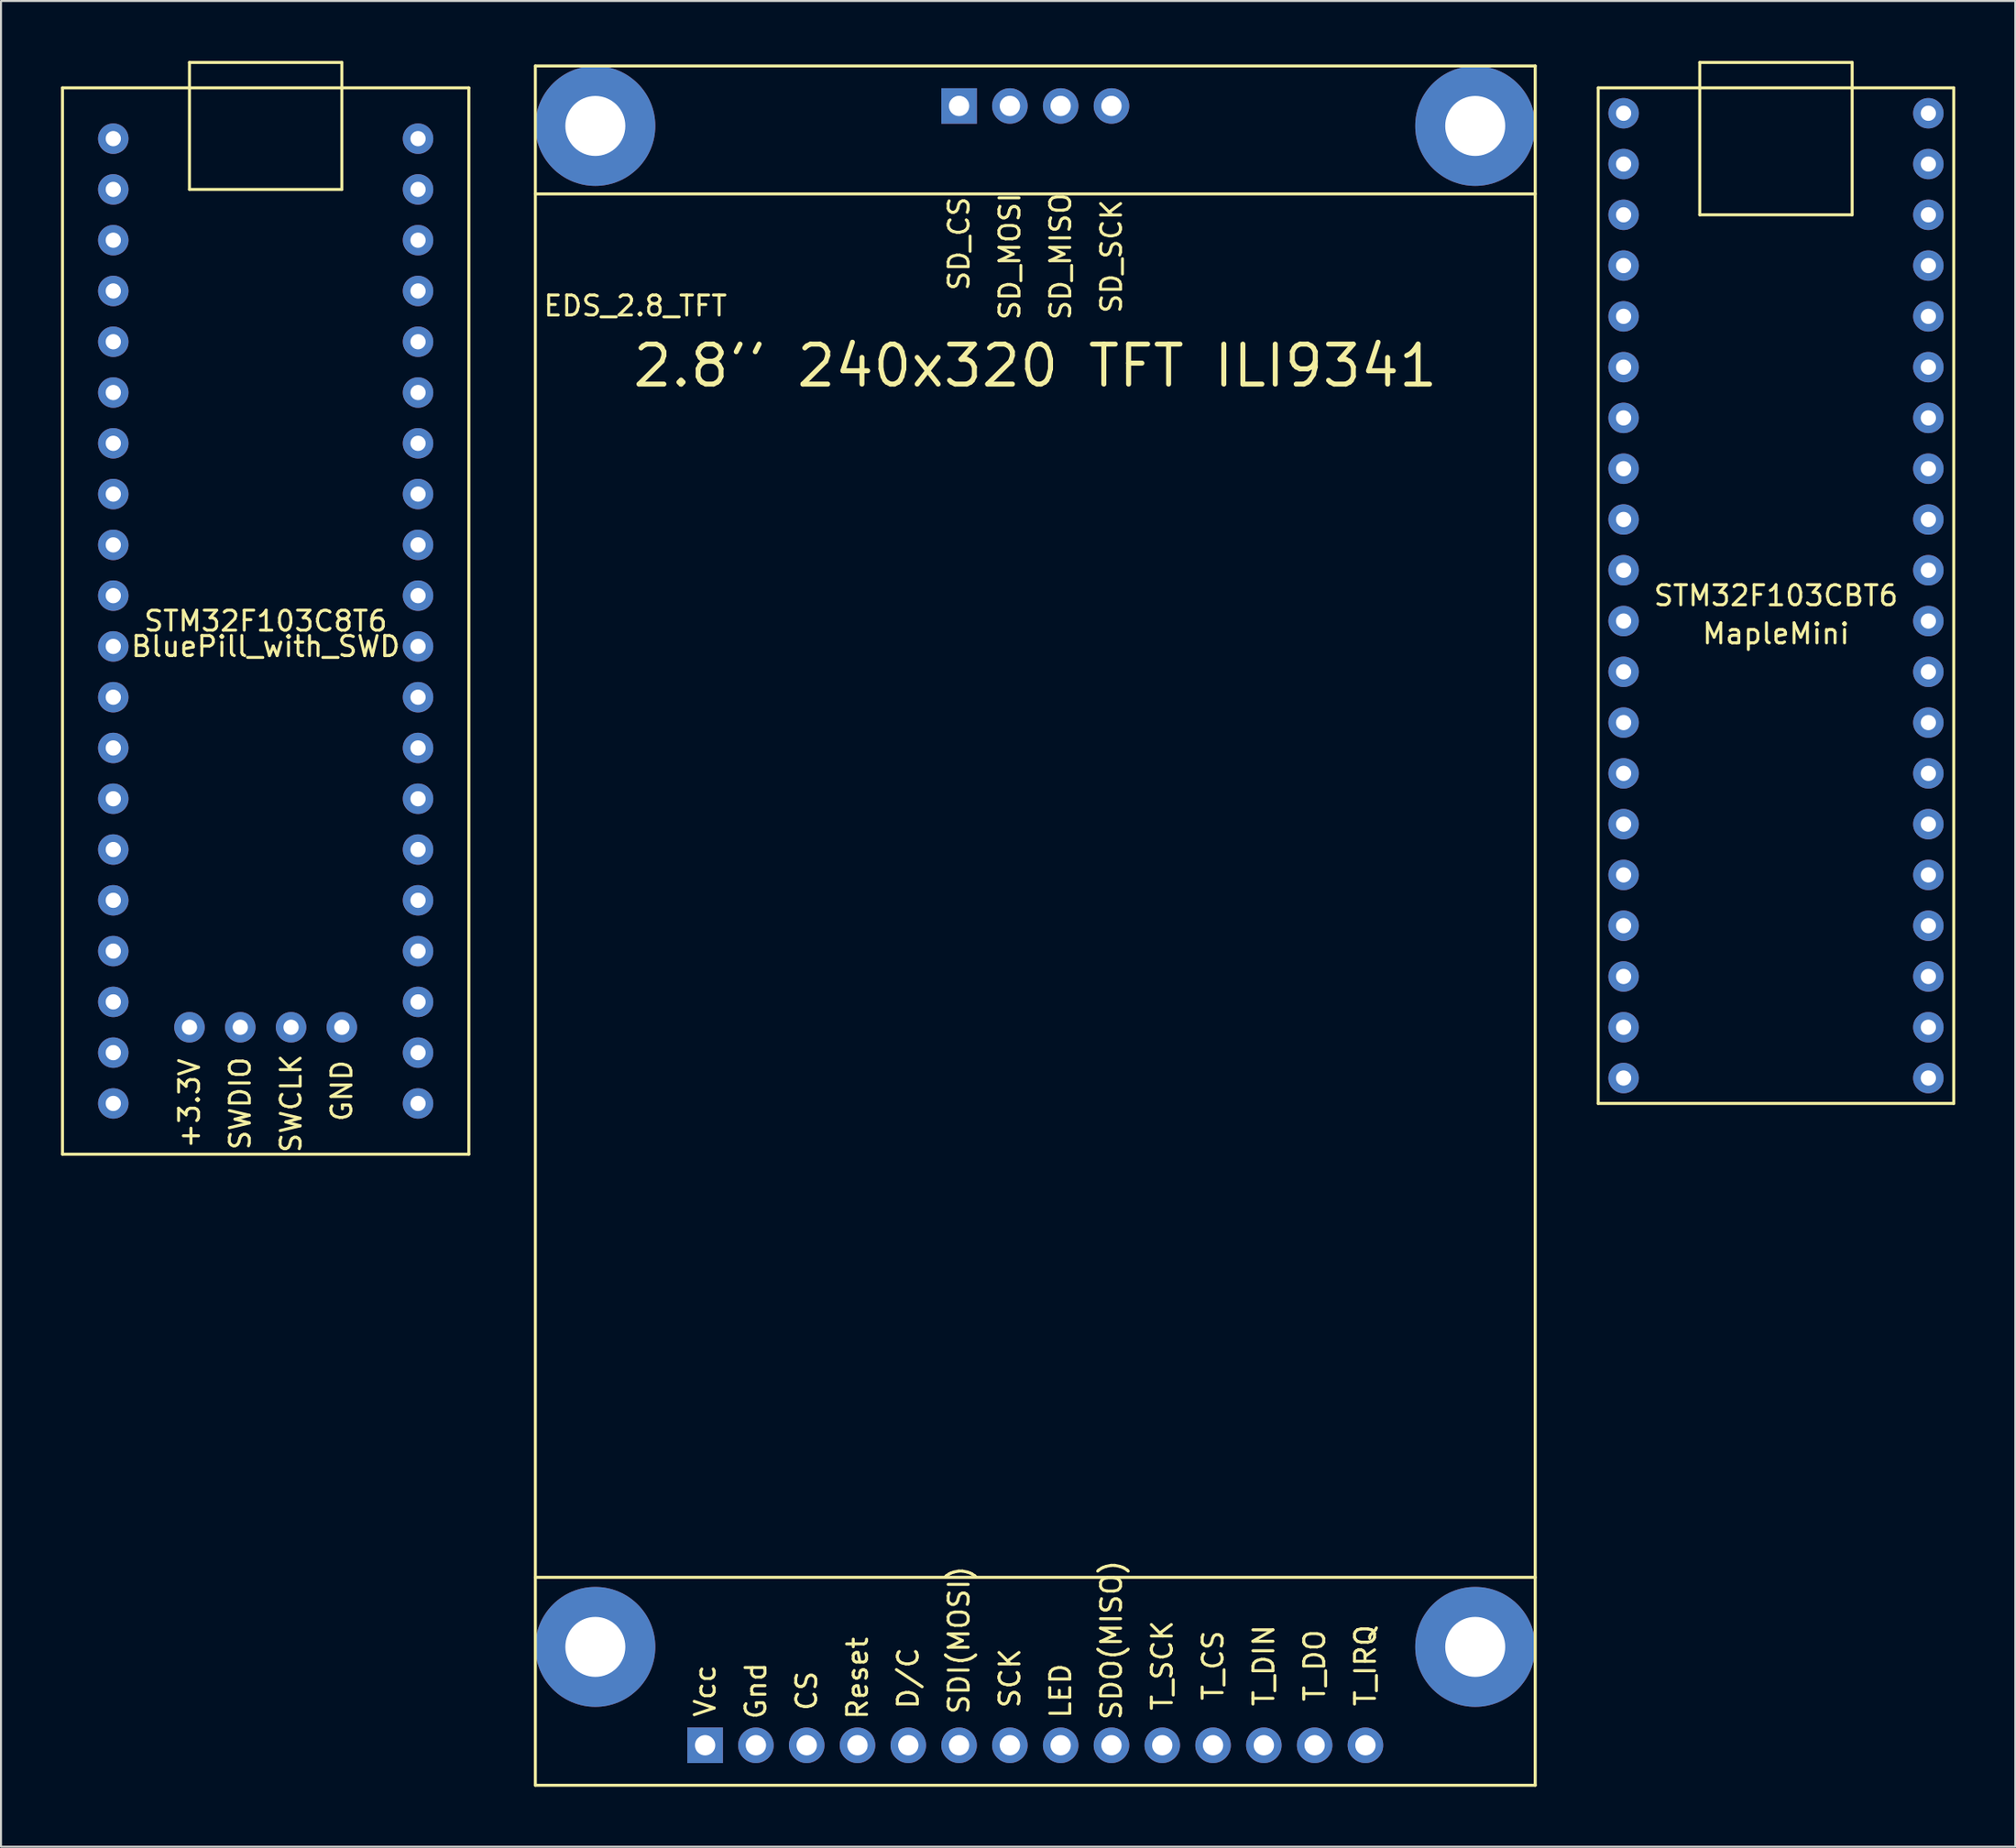
<source format=kicad_pcb>
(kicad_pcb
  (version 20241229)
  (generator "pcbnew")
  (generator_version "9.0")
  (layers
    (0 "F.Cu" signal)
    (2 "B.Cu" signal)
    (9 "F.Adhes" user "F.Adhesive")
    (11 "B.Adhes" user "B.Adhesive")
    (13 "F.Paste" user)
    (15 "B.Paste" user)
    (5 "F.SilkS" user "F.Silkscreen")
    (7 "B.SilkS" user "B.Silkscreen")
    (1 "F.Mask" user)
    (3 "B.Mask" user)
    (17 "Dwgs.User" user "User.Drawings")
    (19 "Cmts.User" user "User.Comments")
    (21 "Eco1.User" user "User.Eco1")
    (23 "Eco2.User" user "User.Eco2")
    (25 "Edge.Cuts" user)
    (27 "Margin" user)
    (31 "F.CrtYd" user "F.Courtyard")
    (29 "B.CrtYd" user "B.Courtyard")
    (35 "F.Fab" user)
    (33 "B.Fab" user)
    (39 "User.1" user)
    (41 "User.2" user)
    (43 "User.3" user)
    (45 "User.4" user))
  (footprint "MapleMini"
    (layer "F.Cu")
    (at 85.76 26.745)
    (property "Reference" "MapleMini" (at 0 1.905 0) (layer "F.SilkS") (effects (font (size 1 1) (thickness 0.15))))
    (attr through_hole)
    (fp_line (start -8.89 -25.4) (end 8.89 -25.4) (stroke (width 0.15) (type solid)) (layer "F.SilkS"))
    (fp_line (start -8.89 25.4) (end -8.89 -25.4) (stroke (width 0.15) (type solid)) (layer "F.SilkS"))
    (fp_line (start -3.81 -26.67) (end 3.81 -26.67) (stroke (width 0.15) (type solid)) (layer "F.SilkS"))
    (fp_line (start -3.81 -19.05) (end -3.81 -26.67) (stroke (width 0.15) (type solid)) (layer "F.SilkS"))
    (fp_line (start 3.81 -26.67) (end 3.81 -19.05) (stroke (width 0.15) (type solid)) (layer "F.SilkS"))
    (fp_line (start 3.81 -19.05) (end -3.81 -19.05) (stroke (width 0.15) (type solid)) (layer "F.SilkS"))
    (fp_line (start 8.89 -25.4) (end 8.89 25.4) (stroke (width 0.15) (type solid)) (layer "F.SilkS"))
    (fp_line (start 8.89 25.4) (end -8.89 25.4) (stroke (width 0.15) (type solid)) (layer "F.SilkS"))
    (fp_text user "STM32F103CBT6" (at 0 0 0) (layer "F.SilkS") (effects (font (size 1 1) (thickness 0.15))))
    (pad "1" thru_hole circle (at -7.62 -24.13) (size 1.524 1.524) (drill 0.762) (layers "*.Cu" "*.Mask"))
    (pad "2" thru_hole circle (at -7.62 -21.59) (size 1.524 1.524) (drill 0.762) (layers "*.Cu" "*.Mask"))
    (pad "3" thru_hole circle (at -7.62 -19.05) (size 1.524 1.524) (drill 0.762) (layers "*.Cu" "*.Mask"))
    (pad "4" thru_hole circle (at -7.62 -16.51) (size 1.524 1.524) (drill 0.762) (layers "*.Cu" "*.Mask"))
    (pad "5" thru_hole circle (at -7.62 -13.97) (size 1.524 1.524) (drill 0.762) (layers "*.Cu" "*.Mask"))
    (pad "6" thru_hole circle (at -7.62 -11.43) (size 1.524 1.524) (drill 0.762) (layers "*.Cu" "*.Mask"))
    (pad "7" thru_hole circle (at -7.62 -8.89) (size 1.524 1.524) (drill 0.762) (layers "*.Cu" "*.Mask"))
    (pad "8" thru_hole circle (at -7.62 -6.35) (size 1.524 1.524) (drill 0.762) (layers "*.Cu" "*.Mask"))
    (pad "9" thru_hole circle (at -7.62 -3.81) (size 1.524 1.524) (drill 0.762) (layers "*.Cu" "*.Mask"))
    (pad "10" thru_hole circle (at -7.62 -1.27) (size 1.524 1.524) (drill 0.762) (layers "*.Cu" "*.Mask"))
    (pad "11" thru_hole circle (at -7.62 1.27) (size 1.524 1.524) (drill 0.762) (layers "*.Cu" "*.Mask"))
    (pad "12" thru_hole circle (at -7.62 3.81) (size 1.524 1.524) (drill 0.762) (layers "*.Cu" "*.Mask"))
    (pad "13" thru_hole circle (at -7.62 6.35) (size 1.524 1.524) (drill 0.762) (layers "*.Cu" "*.Mask"))
    (pad "14" thru_hole circle (at -7.62 8.89) (size 1.524 1.524) (drill 0.762) (layers "*.Cu" "*.Mask"))
    (pad "15" thru_hole circle (at -7.62 11.43) (size 1.524 1.524) (drill 0.762) (layers "*.Cu" "*.Mask"))
    (pad "16" thru_hole circle (at -7.62 13.97) (size 1.524 1.524) (drill 0.762) (layers "*.Cu" "*.Mask"))
    (pad "17" thru_hole circle (at -7.62 16.51) (size 1.524 1.524) (drill 0.762) (layers "*.Cu" "*.Mask"))
    (pad "18" thru_hole circle (at -7.62 19.05) (size 1.524 1.524) (drill 0.762) (layers "*.Cu" "*.Mask"))
    (pad "19" thru_hole circle (at -7.62 21.59) (size 1.524 1.524) (drill 0.762) (layers "*.Cu" "*.Mask"))
    (pad "20" thru_hole circle (at -7.62 24.13) (size 1.524 1.524) (drill 0.762) (layers "*.Cu" "*.Mask"))
    (pad "21" thru_hole circle (at 7.62 24.13) (size 1.524 1.524) (drill 0.762) (layers "*.Cu" "*.Mask"))
    (pad "22" thru_hole circle (at 7.62 21.59) (size 1.524 1.524) (drill 0.762) (layers "*.Cu" "*.Mask"))
    (pad "23" thru_hole circle (at 7.62 19.05) (size 1.524 1.524) (drill 0.762) (layers "*.Cu" "*.Mask"))
    (pad "24" thru_hole circle (at 7.62 16.51) (size 1.524 1.524) (drill 0.762) (layers "*.Cu" "*.Mask"))
    (pad "25" thru_hole circle (at 7.62 13.97) (size 1.524 1.524) (drill 0.762) (layers "*.Cu" "*.Mask"))
    (pad "26" thru_hole circle (at 7.62 11.43) (size 1.524 1.524) (drill 0.762) (layers "*.Cu" "*.Mask"))
    (pad "27" thru_hole circle (at 7.62 8.89) (size 1.524 1.524) (drill 0.762) (layers "*.Cu" "*.Mask"))
    (pad "28" thru_hole circle (at 7.62 6.35) (size 1.524 1.524) (drill 0.762) (layers "*.Cu" "*.Mask"))
    (pad "29" thru_hole circle (at 7.62 3.81) (size 1.524 1.524) (drill 0.762) (layers "*.Cu" "*.Mask"))
    (pad "30" thru_hole circle (at 7.62 1.27) (size 1.524 1.524) (drill 0.762) (layers "*.Cu" "*.Mask"))
    (pad "31" thru_hole circle (at 7.62 -1.27) (size 1.524 1.524) (drill 0.762) (layers "*.Cu" "*.Mask"))
    (pad "32" thru_hole circle (at 7.62 -3.81) (size 1.524 1.524) (drill 0.762) (layers "*.Cu" "*.Mask"))
    (pad "33" thru_hole circle (at 7.62 -6.35) (size 1.524 1.524) (drill 0.762) (layers "*.Cu" "*.Mask"))
    (pad "34" thru_hole circle (at 7.62 -8.89) (size 1.524 1.524) (drill 0.762) (layers "*.Cu" "*.Mask"))
    (pad "35" thru_hole circle (at 7.62 -11.43) (size 1.524 1.524) (drill 0.762) (layers "*.Cu" "*.Mask"))
    (pad "36" thru_hole circle (at 7.62 -13.97) (size 1.524 1.524) (drill 0.762) (layers "*.Cu" "*.Mask"))
    (pad "37" thru_hole circle (at 7.62 -16.51) (size 1.524 1.524) (drill 0.762) (layers "*.Cu" "*.Mask"))
    (pad "38" thru_hole circle (at 7.62 -19.05) (size 1.524 1.524) (drill 0.762) (layers "*.Cu" "*.Mask"))
    (pad "39" thru_hole circle (at 7.62 -21.59) (size 1.524 1.524) (drill 0.762) (layers "*.Cu" "*.Mask"))
    (pad "40" thru_hole circle (at 7.62 -24.13) (size 1.524 1.524) (drill 0.762) (layers "*.Cu" "*.Mask")))
  (footprint "BluePill_with_SWD"
    (layer "F.Cu")
    (at 10.235 28.015)
    (property "Reference" "BluePill_with_SWD" (at 0 1.27 0) (layer "F.SilkS") (effects (font (size 1 1) (thickness 0.15))))
    (attr through_hole)
    (fp_line (start -10.16 -26.67) (end -10.16 26.67) (stroke (width 0.15) (type solid)) (layer "F.SilkS"))
    (fp_line (start -10.16 26.67) (end 10.16 26.67) (stroke (width 0.15) (type solid)) (layer "F.SilkS"))
    (fp_line (start -3.81 -27.94) (end 3.81 -27.94) (stroke (width 0.15) (type solid)) (layer "F.SilkS"))
    (fp_line (start -3.81 -21.59) (end -3.81 -27.94) (stroke (width 0.15) (type solid)) (layer "F.SilkS"))
    (fp_line (start 3.81 -27.94) (end 3.81 -21.59) (stroke (width 0.15) (type solid)) (layer "F.SilkS"))
    (fp_line (start 3.81 -21.59) (end -3.81 -21.59) (stroke (width 0.15) (type solid)) (layer "F.SilkS"))
    (fp_line (start 10.16 -26.67) (end -10.16 -26.67) (stroke (width 0.15) (type solid)) (layer "F.SilkS"))
    (fp_line (start 10.16 26.67) (end 10.16 -26.67) (stroke (width 0.15) (type solid)) (layer "F.SilkS"))
    (fp_text user "SWCLK" (at 1.27 24.13 270) (layer "F.SilkS") (effects (font (size 1 1) (thickness 0.15))))
    (fp_text user "STM32F103C8T6" (at 0 0 0) (layer "F.SilkS") (effects (font (size 1 1) (thickness 0.15))))
    (fp_text user "SWDIO" (at -1.27 24.13 270) (layer "F.SilkS") (effects (font (size 1 1) (thickness 0.15))))
    (fp_text user "+3.3V" (at -3.81 24.13 270) (layer "F.SilkS") (effects (font (size 1 1) (thickness 0.15))))
    (fp_text user "GND" (at 3.81 23.495 270) (layer "F.SilkS") (effects (font (size 1 1) (thickness 0.15))))
    (pad "1" thru_hole circle (at -7.62 -24.13) (size 1.524 1.524) (drill 0.762) (layers "*.Cu" "*.Mask"))
    (pad "2" thru_hole circle (at -7.62 -21.59) (size 1.524 1.524) (drill 0.762) (layers "*.Cu" "*.Mask"))
    (pad "3" thru_hole circle (at -7.62 -19.05) (size 1.524 1.524) (drill 0.762) (layers "*.Cu" "*.Mask"))
    (pad "4" thru_hole circle (at -7.62 -16.51) (size 1.524 1.524) (drill 0.762) (layers "*.Cu" "*.Mask"))
    (pad "5" thru_hole circle (at -7.62 -13.97) (size 1.524 1.524) (drill 0.762) (layers "*.Cu" "*.Mask"))
    (pad "6" thru_hole circle (at -7.62 -11.43) (size 1.524 1.524) (drill 0.762) (layers "*.Cu" "*.Mask"))
    (pad "7" thru_hole circle (at -7.62 -8.89) (size 1.524 1.524) (drill 0.762) (layers "*.Cu" "*.Mask"))
    (pad "8" thru_hole circle (at -7.62 -6.35) (size 1.524 1.524) (drill 0.762) (layers "*.Cu" "*.Mask"))
    (pad "9" thru_hole circle (at -7.62 -3.81) (size 1.524 1.524) (drill 0.762) (layers "*.Cu" "*.Mask"))
    (pad "10" thru_hole circle (at -7.62 -1.27) (size 1.524 1.524) (drill 0.762) (layers "*.Cu" "*.Mask"))
    (pad "11" thru_hole circle (at -7.62 1.27) (size 1.524 1.524) (drill 0.762) (layers "*.Cu" "*.Mask"))
    (pad "12" thru_hole circle (at -7.62 3.81) (size 1.524 1.524) (drill 0.762) (layers "*.Cu" "*.Mask"))
    (pad "13" thru_hole circle (at -7.62 6.35) (size 1.524 1.524) (drill 0.762) (layers "*.Cu" "*.Mask"))
    (pad "14" thru_hole circle (at -7.62 8.89) (size 1.524 1.524) (drill 0.762) (layers "*.Cu" "*.Mask"))
    (pad "15" thru_hole circle (at -7.62 11.43) (size 1.524 1.524) (drill 0.762) (layers "*.Cu" "*.Mask"))
    (pad "16" thru_hole circle (at -7.62 13.97) (size 1.524 1.524) (drill 0.762) (layers "*.Cu" "*.Mask"))
    (pad "17" thru_hole circle (at -7.62 16.51) (size 1.524 1.524) (drill 0.762) (layers "*.Cu" "*.Mask"))
    (pad "18" thru_hole circle (at -7.62 19.05) (size 1.524 1.524) (drill 0.762) (layers "*.Cu" "*.Mask"))
    (pad "19" thru_hole circle (at -7.62 21.59) (size 1.524 1.524) (drill 0.762) (layers "*.Cu" "*.Mask"))
    (pad "20" thru_hole circle (at -7.62 24.13) (size 1.524 1.524) (drill 0.762) (layers "*.Cu" "*.Mask"))
    (pad "21" thru_hole circle (at 7.62 24.13) (size 1.524 1.524) (drill 0.762) (layers "*.Cu" "*.Mask"))
    (pad "22" thru_hole circle (at 7.62 21.59) (size 1.524 1.524) (drill 0.762) (layers "*.Cu" "*.Mask"))
    (pad "23" thru_hole circle (at 7.62 19.05) (size 1.524 1.524) (drill 0.762) (layers "*.Cu" "*.Mask"))
    (pad "24" thru_hole circle (at 7.62 13.97) (size 1.524 1.524) (drill 0.762) (layers "*.Cu" "*.Mask"))
    (pad "25" thru_hole circle (at 7.62 16.51) (size 1.524 1.524) (drill 0.762) (layers "*.Cu" "*.Mask"))
    (pad "26" thru_hole circle (at 7.62 11.43) (size 1.524 1.524) (drill 0.762) (layers "*.Cu" "*.Mask"))
    (pad "27" thru_hole circle (at 7.62 8.89) (size 1.524 1.524) (drill 0.762) (layers "*.Cu" "*.Mask"))
    (pad "28" thru_hole circle (at 7.62 6.35) (size 1.524 1.524) (drill 0.762) (layers "*.Cu" "*.Mask"))
    (pad "29" thru_hole circle (at 7.62 3.81) (size 1.524 1.524) (drill 0.762) (layers "*.Cu" "*.Mask"))
    (pad "30" thru_hole circle (at 7.62 1.27) (size 1.524 1.524) (drill 0.762) (layers "*.Cu" "*.Mask"))
    (pad "31" thru_hole circle (at 7.62 -1.27) (size 1.524 1.524) (drill 0.762) (layers "*.Cu" "*.Mask"))
    (pad "32" thru_hole circle (at 7.62 -3.81) (size 1.524 1.524) (drill 0.762) (layers "*.Cu" "*.Mask"))
    (pad "33" thru_hole circle (at 7.62 -6.35) (size 1.524 1.524) (drill 0.762) (layers "*.Cu" "*.Mask"))
    (pad "34" thru_hole circle (at 7.62 -8.89) (size 1.524 1.524) (drill 0.762) (layers "*.Cu" "*.Mask"))
    (pad "35" thru_hole circle (at 7.62 -11.43) (size 1.524 1.524) (drill 0.762) (layers "*.Cu" "*.Mask"))
    (pad "36" thru_hole circle (at 7.62 -13.97) (size 1.524 1.524) (drill 0.762) (layers "*.Cu" "*.Mask"))
    (pad "37" thru_hole circle (at 7.62 -16.51) (size 1.524 1.524) (drill 0.762) (layers "*.Cu" "*.Mask"))
    (pad "38" thru_hole circle (at 7.62 -19.05) (size 1.524 1.524) (drill 0.762) (layers "*.Cu" "*.Mask"))
    (pad "39" thru_hole circle (at 7.62 -21.59) (size 1.524 1.524) (drill 0.762) (layers "*.Cu" "*.Mask"))
    (pad "40" thru_hole circle (at 7.62 -24.13) (size 1.524 1.524) (drill 0.762) (layers "*.Cu" "*.Mask"))
    (pad "41" thru_hole circle (at -1.27 20.32) (size 1.524 1.524) (drill 0.762) (layers "*.Cu" "*.Mask"))
    (pad "42" thru_hole circle (at -3.81 20.32) (size 1.524 1.524) (drill 0.762) (layers "*.Cu" "*.Mask"))
    (pad "43" thru_hole circle (at 1.27 20.32) (size 1.524 1.524) (drill 0.762) (layers "*.Cu" "*.Mask"))
    (pad "44" thru_hole circle (at 3.81 20.32) (size 1.524 1.524) (drill 0.762) (layers "*.Cu" "*.Mask")))
  (footprint "EDS_2.8_TFT"
    (layer "F.Cu")
    (at 23.72 0.25)
    (property "Reference" "EDS_2.8_TFT" (at 5 12 0) (layer "F.SilkS") (effects (font (size 1 1) (thickness 0.15))))
    (attr through_hole)
    (fp_line (start 0 0) (end 0 86) (stroke (width 0.15) (type solid)) (layer "F.SilkS"))
    (fp_line (start 0 0) (end 50 0) (stroke (width 0.15) (type solid)) (layer "F.SilkS"))
    (fp_line (start 0 6.4) (end 50 6.4) (stroke (width 0.15) (type solid)) (layer "F.SilkS"))
    (fp_line (start 0 75.6) (end 50 75.6) (stroke (width 0.15) (type solid)) (layer "F.SilkS"))
    (fp_line (start 50 0) (end 50 86) (stroke (width 0.15) (type solid)) (layer "F.SilkS"))
    (fp_line (start 50 86) (end 0 86) (stroke (width 0.15) (type solid)) (layer "F.SilkS"))
    (fp_text user "D/C" (at 18.65 80.645 90) (layer "F.SilkS") (effects (font (size 1 1) (thickness 0.15))))
    (fp_text user "SD_CS" (at 21.19 8.89 90) (layer "F.SilkS") (effects (font (size 1 1) (thickness 0.15))))
    (fp_text user "LED" (at 26.27 81.28 90) (layer "F.SilkS") (effects (font (size 1 1) (thickness 0.15))))
    (fp_text user "SD_MISO" (at 26.27 9.525 90) (layer "F.SilkS") (effects (font (size 1 1) (thickness 0.15))))
    (fp_text user "SDO(MISO)" (at 28.81 78.74 90) (layer "F.SilkS") (effects (font (size 1 1) (thickness 0.15))))
    (fp_text user "Gnd" (at 11.03 81.28 90) (layer "F.SilkS") (effects (font (size 1 1) (thickness 0.15))))
    (fp_text user "SD_MOSI" (at 23.73 9.525 90) (layer "F.SilkS") (effects (font (size 1 1) (thickness 0.15))))
    (fp_text user "T_CS" (at 33.89 80.01 90) (layer "F.SilkS") (effects (font (size 1 1) (thickness 0.15))))
    (fp_text user "T_SCK" (at 31.35 80.01 90) (layer "F.SilkS") (effects (font (size 1 1) (thickness 0.15))))
    (fp_text user "Reset" (at 16.11 80.645 90) (layer "F.SilkS") (effects (font (size 1 1) (thickness 0.15))))
    (fp_text user "SDI(MOSI)" (at 21.19 78.74 90) (layer "F.SilkS") (effects (font (size 1 1) (thickness 0.15))))
    (fp_text user "SD_SCK" (at 28.81 9.525 90) (layer "F.SilkS") (effects (font (size 1 1) (thickness 0.15))))
    (fp_text user "CS" (at 13.57 81.28 90) (layer "F.SilkS") (effects (font (size 1 1) (thickness 0.15))))
    (fp_text user "T_IRQ" (at 41.51 80.01 90) (layer "F.SilkS") (effects (font (size 1 1) (thickness 0.15))))
    (fp_text user "SCK" (at 23.73 80.645 90) (layer "F.SilkS") (effects (font (size 1 1) (thickness 0.15))))
    (fp_text user "T_DO" (at 38.97 80.01 90) (layer "F.SilkS") (effects (font (size 1 1) (thickness 0.15))))
    (fp_text user "2.8'' 240x320 TFT ILI9341" (at 25 15 0) (layer "F.SilkS") (effects (font (size 2 2) (thickness 0.25))))
    (fp_text user "T_DIN" (at 36.43 80.01 90) (layer "F.SilkS") (effects (font (size 1 1) (thickness 0.15))))
    (fp_text user "Vcc" (at 8.49 81.28 90) (layer "F.SilkS") (effects (font (size 1 1) (thickness 0.15))))
    (pad "" np_thru_hole circle (at 3 3) (size 6 6) (drill 3) (layers "*.Cu" "*.Mask"))
    (pad "" np_thru_hole circle (at 3 79.08) (size 6 6) (drill 3) (layers "*.Cu" "*.Mask"))
    (pad "" np_thru_hole circle (at 47 3) (size 6 6) (drill 3) (layers "*.Cu" "*.Mask"))
    (pad "" np_thru_hole circle (at 47 79.08) (size 6 6) (drill 3) (layers "*.Cu" "*.Mask"))
    (pad "1" thru_hole rect (at 8.49 84) (size 1.778 1.778) (drill 1.016) (layers "*.Cu" "*.Mask"))
    (pad "2" thru_hole circle (at 11.03 84) (size 1.778 1.778) (drill 1.016) (layers "*.Cu" "*.Mask"))
    (pad "3" thru_hole circle (at 13.57 84) (size 1.778 1.778) (drill 1.016) (layers "*.Cu" "*.Mask"))
    (pad "4" thru_hole circle (at 16.11 84) (size 1.778 1.778) (drill 1.016) (layers "*.Cu" "*.Mask"))
    (pad "5" thru_hole circle (at 18.65 84) (size 1.778 1.778) (drill 1.016) (layers "*.Cu" "*.Mask"))
    (pad "6" thru_hole circle (at 21.19 84) (size 1.778 1.778) (drill 1.016) (layers "*.Cu" "*.Mask"))
    (pad "7" thru_hole circle (at 23.73 84) (size 1.778 1.778) (drill 1.016) (layers "*.Cu" "*.Mask"))
    (pad "8" thru_hole circle (at 26.27 84) (size 1.778 1.778) (drill 1.016) (layers "*.Cu" "*.Mask"))
    (pad "9" thru_hole circle (at 28.81 84) (size 1.778 1.778) (drill 1.016) (layers "*.Cu" "*.Mask"))
    (pad "10" thru_hole circle (at 31.35 84) (size 1.778 1.778) (drill 1.016) (layers "*.Cu" "*.Mask"))
    (pad "11" thru_hole circle (at 33.89 84) (size 1.778 1.778) (drill 1.016) (layers "*.Cu" "*.Mask"))
    (pad "12" thru_hole circle (at 36.43 84) (size 1.778 1.778) (drill 1.016) (layers "*.Cu" "*.Mask"))
    (pad "13" thru_hole circle (at 38.97 84) (size 1.778 1.778) (drill 1.016) (layers "*.Cu" "*.Mask"))
    (pad "14" thru_hole circle (at 41.51 84) (size 1.778 1.778) (drill 1.016) (layers "*.Cu" "*.Mask"))
    (pad "15" thru_hole rect (at 21.19 2) (size 1.778 1.778) (drill 1.016) (layers "*.Cu" "*.Mask"))
    (pad "16" thru_hole circle (at 23.73 2) (size 1.778 1.778) (drill 1.016) (layers "*.Cu" "*.Mask"))
    (pad "17" thru_hole circle (at 26.27 2) (size 1.778 1.778) (drill 1.016) (layers "*.Cu" "*.Mask"))
    (pad "18" thru_hole circle (at 28.81 2) (size 1.778 1.778) (drill 1.016) (layers "*.Cu" "*.Mask")))
  (gr_rect
    (start -3 -3)
    (end 97.725 89.325)
    (stroke (width 0.1) (type default))
    (fill no)
    (layer "Edge.Cuts")))
</source>
